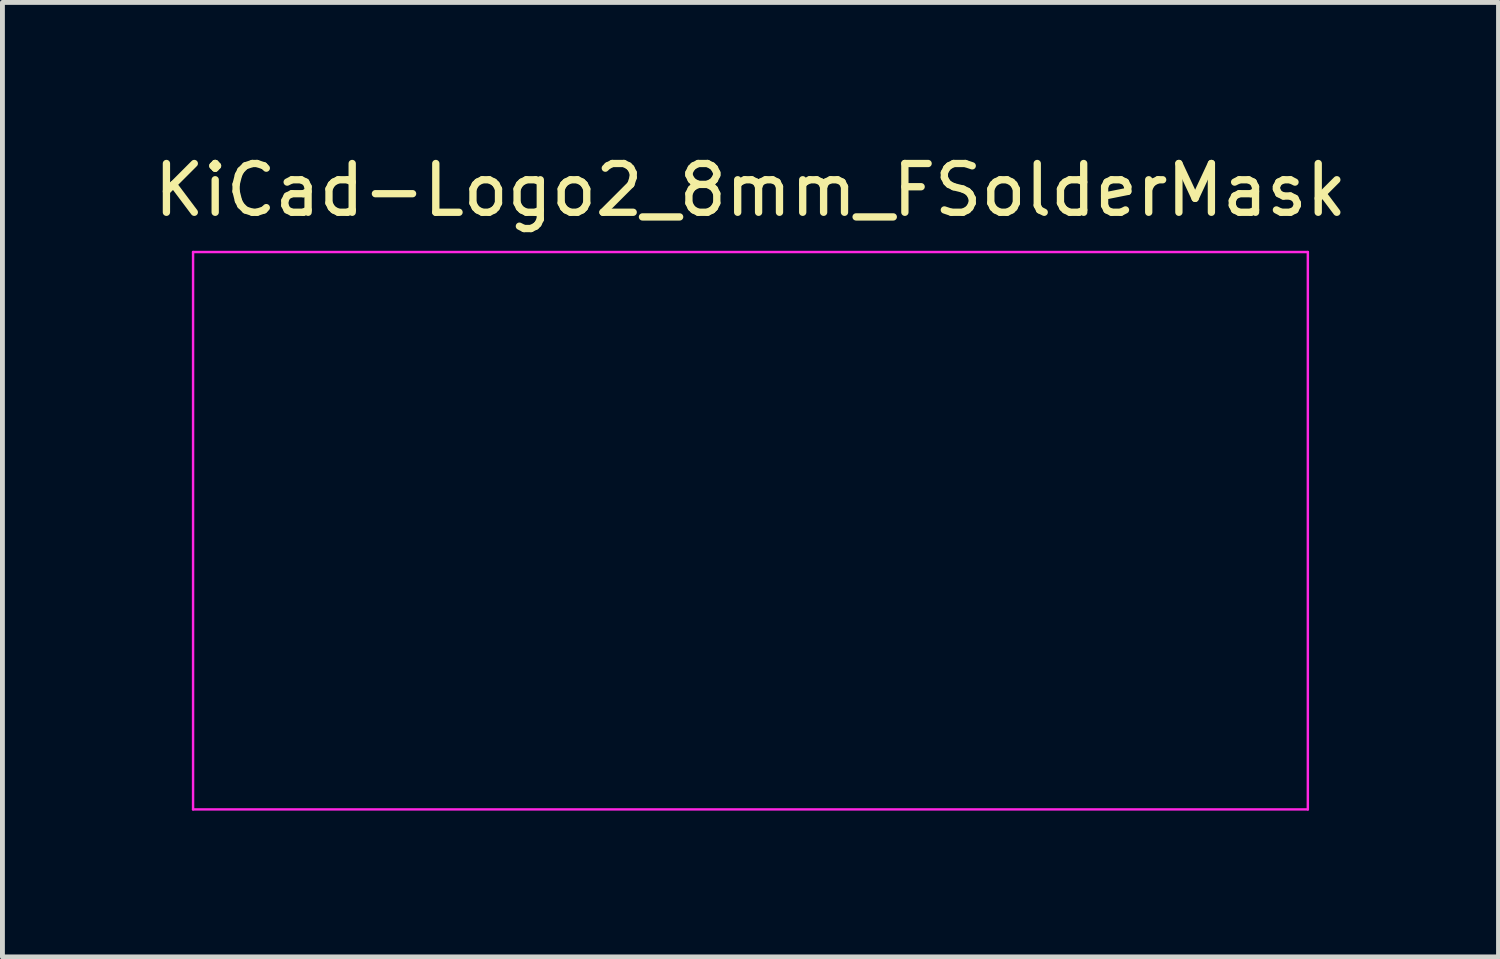
<source format=kicad_pcb>
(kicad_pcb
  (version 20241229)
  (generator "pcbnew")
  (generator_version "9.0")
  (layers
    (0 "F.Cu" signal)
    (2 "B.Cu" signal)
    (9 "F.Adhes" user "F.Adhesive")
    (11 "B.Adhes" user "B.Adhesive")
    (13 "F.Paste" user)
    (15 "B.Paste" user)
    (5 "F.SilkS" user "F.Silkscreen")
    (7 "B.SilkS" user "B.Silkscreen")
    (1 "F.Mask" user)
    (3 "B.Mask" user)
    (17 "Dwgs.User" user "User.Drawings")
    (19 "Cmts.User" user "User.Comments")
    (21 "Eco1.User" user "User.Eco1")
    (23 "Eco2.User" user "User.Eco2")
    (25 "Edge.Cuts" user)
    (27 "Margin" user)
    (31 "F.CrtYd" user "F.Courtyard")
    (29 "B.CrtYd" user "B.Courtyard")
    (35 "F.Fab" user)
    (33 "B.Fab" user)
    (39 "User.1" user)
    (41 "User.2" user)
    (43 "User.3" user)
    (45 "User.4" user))
  (footprint "KiCad-Logo2_8mm_FSolderMask"
    (layer "F.Cu")
    (at 12.339 7.198)
    (property "Reference" "KiCad-Logo2_8mm_FSolderMask" (at 0 -6.35 0) (layer "F.SilkS") (effects (font (size 1 1) (thickness 0.15))))
    (attr exclude_from_pos_files exclude_from_bom)
    (fp_poly (pts (xy 5.752 4.615) (xy 5.783 4.635) (xy 5.819 4.664) (xy 5.819 5.092) (xy 5.819 5.217) (xy 5.818 5.316) (xy 5.817 5.391) (xy 5.815 5.447) (xy 5.812 5.487) (xy 5.808 5.515) (xy 5.802 5.533) (xy 5.795 5.545) (xy 5.79 5.552) (xy 5.748 5.579) (xy 5.701 5.578) (xy 5.659 5.555) (xy 5.623 5.526) (xy 5.623 4.664) (xy 5.659 4.635) (xy 5.693 4.614) (xy 5.721 4.606) (xy 5.752 4.615)) (stroke (width 0.01) (type solid)) (fill yes) (layer "F.Mask"))
    (fp_poly (pts (xy -3.718 4.636) (xy -3.709 4.647) (xy -3.702 4.66) (xy -3.697 4.679) (xy -3.693 4.708) (xy -3.69 4.751) (xy -3.689 4.811) (xy -3.688 4.89) (xy -3.688 4.994) (xy -3.688 5.095) (xy -3.688 5.22) (xy -3.688 5.318) (xy -3.689 5.393) (xy -3.691 5.449) (xy -3.694 5.489) (xy -3.698 5.516) (xy -3.703 5.533) (xy -3.711 5.545) (xy -3.718 5.553) (xy -3.762 5.579) (xy -3.808 5.577) (xy -3.85 5.549) (xy -3.86 5.537) (xy -3.867 5.524) (xy -3.873 5.506) (xy -3.877 5.479) (xy -3.88 5.439) (xy -3.882 5.383) (xy -3.883 5.308) (xy -3.883 5.209) (xy -3.883 5.097) (xy -3.883 4.68) (xy -3.846 4.643) (xy -3.801 4.612) (xy -3.756 4.611) (xy -3.718 4.636)) (stroke (width 0.01) (type solid)) (fill yes) (layer "F.Mask"))
    (fp_poly (pts (xy -3.602 -3.916) (xy -3.466 -3.869) (xy -3.339 -3.794) (xy -3.226 -3.693) (xy -3.13 -3.564) (xy -3.087 -3.483) (xy -3.05 -3.37) (xy -3.032 -3.239) (xy -3.034 -3.105) (xy -3.056 -2.983) (xy -3.117 -2.834) (xy -3.205 -2.705) (xy -3.315 -2.598) (xy -3.444 -2.516) (xy -3.587 -2.461) (xy -3.739 -2.436) (xy -3.896 -2.444) (xy -3.973 -2.46) (xy -4.124 -2.519) (xy -4.258 -2.608) (xy -4.372 -2.726) (xy -4.463 -2.869) (xy -4.47 -2.885) (xy -4.497 -2.943) (xy -4.513 -2.993) (xy -4.522 -3.045) (xy -4.526 -3.111) (xy -4.527 -3.184) (xy -4.526 -3.271) (xy -4.521 -3.334) (xy -4.511 -3.385) (xy -4.492 -3.436) (xy -4.469 -3.487) (xy -4.384 -3.63) (xy -4.279 -3.745) (xy -4.158 -3.834) (xy -4.026 -3.895) (xy -3.886 -3.929) (xy -3.744 -3.936) (xy -3.602 -3.916)) (stroke (width 0.01) (type solid)) (fill yes) (layer "F.Mask"))
    (fp_poly (pts (xy 6.783 4.607) (xy 6.887 4.607) (xy 6.969 4.608) (xy 7.03 4.61) (xy 7.074 4.613) (xy 7.105 4.616) (xy 7.126 4.621) (xy 7.139 4.628) (xy 7.146 4.633) (xy 7.18 4.676) (xy 7.184 4.721) (xy 7.163 4.762) (xy 7.149 4.778) (xy 7.134 4.789) (xy 7.113 4.796) (xy 7.079 4.8) (xy 7.027 4.801) (xy 6.952 4.802) (xy 6.937 4.802) (xy 6.743 4.802) (xy 6.743 5.163) (xy 6.743 5.276) (xy 6.742 5.364) (xy 6.741 5.429) (xy 6.739 5.475) (xy 6.735 5.507) (xy 6.729 5.528) (xy 6.722 5.543) (xy 6.713 5.553) (xy 6.669 5.58) (xy 6.623 5.578) (xy 6.582 5.547) (xy 6.579 5.544) (xy 6.569 5.53) (xy 6.561 5.513) (xy 6.556 5.49) (xy 6.552 5.457) (xy 6.55 5.409) (xy 6.548 5.343) (xy 6.548 5.254) (xy 6.548 5.153) (xy 6.548 4.802) (xy 6.362 4.802) (xy 6.282 4.801) (xy 6.227 4.799) (xy 6.191 4.795) (xy 6.168 4.787) (xy 6.153 4.776) (xy 6.152 4.774) (xy 6.13 4.73) (xy 6.132 4.68) (xy 6.157 4.636) (xy 6.167 4.628) (xy 6.179 4.621) (xy 6.198 4.616) (xy 6.226 4.612) (xy 6.267 4.61) (xy 6.324 4.608) (xy 6.4 4.607) (xy 6.499 4.607) (xy 6.624 4.606) (xy 6.651 4.606) (xy 6.783 4.607)) (stroke (width 0.01) (type solid)) (fill yes) (layer "F.Mask"))
    (fp_poly (pts (xy 8.468 4.614) (xy 8.51 4.643) (xy 8.547 4.68) (xy 8.547 5.092) (xy 8.546 5.214) (xy 8.546 5.31) (xy 8.545 5.384) (xy 8.543 5.438) (xy 8.54 5.476) (xy 8.536 5.503) (xy 8.529 5.521) (xy 8.522 5.535) (xy 8.515 5.544) (xy 8.474 5.576) (xy 8.427 5.58) (xy 8.385 5.56) (xy 8.37 5.548) (xy 8.361 5.532) (xy 8.355 5.507) (xy 8.352 5.466) (xy 8.351 5.405) (xy 8.351 5.357) (xy 8.351 5.178) (xy 7.69 5.178) (xy 7.69 5.341) (xy 7.689 5.416) (xy 7.686 5.467) (xy 7.681 5.501) (xy 7.671 5.526) (xy 7.659 5.544) (xy 7.618 5.576) (xy 7.571 5.58) (xy 7.526 5.557) (xy 7.514 5.545) (xy 7.506 5.529) (xy 7.5 5.504) (xy 7.497 5.465) (xy 7.495 5.406) (xy 7.494 5.324) (xy 7.494 5.305) (xy 7.493 5.15) (xy 7.493 5.023) (xy 7.493 4.919) (xy 7.494 4.838) (xy 7.495 4.775) (xy 7.497 4.728) (xy 7.501 4.695) (xy 7.505 4.671) (xy 7.51 4.656) (xy 7.517 4.645) (xy 7.525 4.636) (xy 7.567 4.61) (xy 7.611 4.614) (xy 7.653 4.643) (xy 7.67 4.662) (xy 7.681 4.684) (xy 7.687 4.714) (xy 7.689 4.76) (xy 7.69 4.828) (xy 7.69 4.982) (xy 8.351 4.982) (xy 8.351 4.824) (xy 8.352 4.752) (xy 8.355 4.703) (xy 8.36 4.671) (xy 8.37 4.649) (xy 8.381 4.636) (xy 8.424 4.61) (xy 8.468 4.614)) (stroke (width 0.01) (type solid)) (fill yes) (layer "F.Mask"))
    (fp_poly (pts (xy 1.531 4.607) (xy 1.703 4.612) (xy 1.849 4.63) (xy 1.971 4.661) (xy 2.073 4.705) (xy 2.157 4.764) (xy 2.224 4.84) (xy 2.278 4.932) (xy 2.279 4.934) (xy 2.311 5.017) (xy 2.323 5.09) (xy 2.314 5.164) (xy 2.283 5.248) (xy 2.278 5.261) (xy 2.239 5.336) (xy 2.195 5.394) (xy 2.139 5.443) (xy 2.062 5.492) (xy 2.057 5.494) (xy 1.99 5.527) (xy 1.915 5.551) (xy 1.825 5.567) (xy 1.718 5.578) (xy 1.586 5.582) (xy 1.54 5.583) (xy 1.319 5.583) (xy 1.288 5.544) (xy 1.279 5.531) (xy 1.272 5.516) (xy 1.266 5.494) (xy 1.263 5.464) (xy 1.26 5.42) (xy 1.259 5.388) (xy 1.468 5.388) (xy 1.593 5.388) (xy 1.666 5.386) (xy 1.741 5.38) (xy 1.802 5.372) (xy 1.806 5.372) (xy 1.916 5.342) (xy 2 5.298) (xy 2.064 5.237) (xy 2.107 5.157) (xy 2.115 5.136) (xy 2.122 5.103) (xy 2.119 5.071) (xy 2.103 5.028) (xy 2.094 5.006) (xy 2.063 4.95) (xy 2.025 4.91) (xy 1.984 4.883) (xy 1.902 4.847) (xy 1.796 4.821) (xy 1.673 4.806) (xy 1.584 4.802) (xy 1.468 4.802) (xy 1.468 5.388) (xy 1.259 5.388) (xy 1.258 5.36) (xy 1.258 5.279) (xy 1.257 5.174) (xy 1.257 5.092) (xy 1.257 4.68) (xy 1.294 4.643) (xy 1.31 4.628) (xy 1.328 4.618) (xy 1.353 4.612) (xy 1.39 4.608) (xy 1.446 4.607) (xy 1.526 4.607) (xy 1.531 4.607)) (stroke (width 0.01) (type solid)) (fill yes) (layer "F.Mask"))
    (fp_poly (pts (xy -7.975 4.606) (xy -7.922 4.607) (xy -7.768 4.611) (xy -7.639 4.622) (xy -7.531 4.641) (xy -7.439 4.67) (xy -7.358 4.711) (xy -7.286 4.763) (xy -7.259 4.785) (xy -7.216 4.838) (xy -7.177 4.91) (xy -7.147 4.99) (xy -7.131 5.067) (xy -7.129 5.095) (xy -7.14 5.173) (xy -7.169 5.259) (xy -7.21 5.34) (xy -7.259 5.404) (xy -7.267 5.412) (xy -7.335 5.467) (xy -7.409 5.51) (xy -7.493 5.541) (xy -7.593 5.564) (xy -7.712 5.577) (xy -7.854 5.583) (xy -7.919 5.583) (xy -8.002 5.583) (xy -8.06 5.581) (xy -8.099 5.578) (xy -8.125 5.571) (xy -8.142 5.562) (xy -8.151 5.553) (xy -8.16 5.543) (xy -8.167 5.53) (xy -8.172 5.511) (xy -8.176 5.481) (xy -8.179 5.439) (xy -8.18 5.379) (xy -8.181 5.299) (xy -8.181 5.196) (xy -8.181 5.095) (xy -8.182 4.961) (xy -8.182 4.853) (xy -8.18 4.802) (xy -7.986 4.802) (xy -7.986 5.388) (xy -7.862 5.388) (xy -7.787 5.386) (xy -7.709 5.38) (xy -7.644 5.372) (xy -7.642 5.372) (xy -7.537 5.347) (xy -7.455 5.307) (xy -7.393 5.251) (xy -7.353 5.189) (xy -7.329 5.122) (xy -7.331 5.058) (xy -7.359 4.99) (xy -7.414 4.919) (xy -7.491 4.867) (xy -7.59 4.832) (xy -7.657 4.819) (xy -7.732 4.811) (xy -7.812 4.804) (xy -7.881 4.802) (xy -7.885 4.802) (xy -7.986 4.802) (xy -8.18 4.802) (xy -8.18 4.77) (xy -8.174 4.708) (xy -8.163 4.663) (xy -8.145 4.634) (xy -8.119 4.617) (xy -8.083 4.608) (xy -8.036 4.606) (xy -7.975 4.606)) (stroke (width 0.01) (type solid)) (fill yes) (layer "F.Mask"))
    (fp_poly (pts (xy -1.556 4.612) (xy -1.524 4.631) (xy -1.483 4.661) (xy -1.431 4.704) (xy -1.364 4.762) (xy -1.281 4.835) (xy -1.18 4.926) (xy -1.065 5.031) (xy -0.824 5.249) (xy -0.817 4.957) (xy -0.814 4.856) (xy -0.812 4.781) (xy -0.808 4.727) (xy -0.804 4.691) (xy -0.799 4.667) (xy -0.79 4.651) (xy -0.78 4.64) (xy -0.774 4.635) (xy -0.728 4.61) (xy -0.684 4.614) (xy -0.649 4.635) (xy -0.614 4.664) (xy -0.61 5.083) (xy -0.608 5.206) (xy -0.608 5.303) (xy -0.608 5.377) (xy -0.609 5.432) (xy -0.612 5.471) (xy -0.616 5.499) (xy -0.621 5.518) (xy -0.629 5.532) (xy -0.637 5.543) (xy -0.655 5.564) (xy -0.673 5.578) (xy -0.693 5.583) (xy -0.718 5.578) (xy -0.751 5.562) (xy -0.793 5.533) (xy -0.848 5.489) (xy -0.917 5.429) (xy -1.004 5.352) (xy -1.102 5.263) (xy -1.456 4.942) (xy -1.463 5.234) (xy -1.466 5.335) (xy -1.469 5.41) (xy -1.472 5.463) (xy -1.476 5.5) (xy -1.482 5.523) (xy -1.49 5.539) (xy -1.501 5.55) (xy -1.506 5.555) (xy -1.555 5.58) (xy -1.602 5.576) (xy -1.642 5.544) (xy -1.652 5.531) (xy -1.659 5.515) (xy -1.664 5.494) (xy -1.668 5.464) (xy -1.671 5.42) (xy -1.672 5.359) (xy -1.673 5.278) (xy -1.674 5.173) (xy -1.674 5.095) (xy -1.673 4.973) (xy -1.673 4.878) (xy -1.672 4.805) (xy -1.67 4.751) (xy -1.667 4.713) (xy -1.662 4.686) (xy -1.656 4.668) (xy -1.648 4.654) (xy -1.642 4.646) (xy -1.627 4.627) (xy -1.613 4.613) (xy -1.598 4.605) (xy -1.58 4.604) (xy -1.556 4.612)) (stroke (width 0.01) (type solid)) (fill yes) (layer "F.Mask"))
    (fp_poly (pts (xy -2.421 4.614) (xy -2.33 4.629) (xy -2.26 4.653) (xy -2.214 4.684) (xy -2.202 4.702) (xy -2.189 4.744) (xy -2.198 4.781) (xy -2.225 4.817) (xy -2.266 4.834) (xy -2.327 4.832) (xy -2.374 4.823) (xy -2.478 4.806) (xy -2.584 4.804) (xy -2.703 4.818) (xy -2.736 4.824) (xy -2.846 4.855) (xy -2.933 4.902) (xy -2.994 4.963) (xy -3.03 5.037) (xy -3.037 5.075) (xy -3.032 5.154) (xy -3.001 5.223) (xy -2.947 5.281) (xy -2.872 5.328) (xy -2.779 5.362) (xy -2.671 5.382) (xy -2.551 5.386) (xy -2.422 5.373) (xy -2.415 5.371) (xy -2.364 5.362) (xy -2.335 5.353) (xy -2.323 5.339) (xy -2.32 5.316) (xy -2.32 5.304) (xy -2.32 5.253) (xy -2.411 5.253) (xy -2.492 5.247) (xy -2.546 5.23) (xy -2.578 5.198) (xy -2.59 5.152) (xy -2.59 5.146) (xy -2.583 5.106) (xy -2.56 5.078) (xy -2.517 5.059) (xy -2.45 5.049) (xy -2.385 5.045) (xy -2.291 5.042) (xy -2.223 5.046) (xy -2.176 5.059) (xy -2.147 5.085) (xy -2.132 5.127) (xy -2.126 5.191) (xy -2.124 5.273) (xy -2.126 5.366) (xy -2.132 5.429) (xy -2.141 5.462) (xy -2.143 5.465) (xy -2.195 5.507) (xy -2.271 5.54) (xy -2.366 5.564) (xy -2.476 5.578) (xy -2.596 5.58) (xy -2.72 5.572) (xy -2.793 5.561) (xy -2.908 5.528) (xy -3.015 5.475) (xy -3.104 5.406) (xy -3.118 5.393) (xy -3.162 5.335) (xy -3.202 5.263) (xy -3.232 5.188) (xy -3.25 5.119) (xy -3.252 5.093) (xy -3.243 5.038) (xy -3.219 4.97) (xy -3.186 4.898) (xy -3.146 4.833) (xy -3.112 4.789) (xy -3.031 4.724) (xy -2.926 4.672) (xy -2.801 4.635) (xy -2.66 4.613) (xy -2.53 4.608) (xy -2.421 4.614)) (stroke (width 0.01) (type solid)) (fill yes) (layer "F.Mask"))
    (fp_poly (pts (xy 0.482 4.607) (xy 0.583 4.608) (xy 0.661 4.611) (xy 0.719 4.616) (xy 0.758 4.624) (xy 0.784 4.636) (xy 0.798 4.652) (xy 0.805 4.673) (xy 0.806 4.699) (xy 0.806 4.703) (xy 0.805 4.733) (xy 0.799 4.756) (xy 0.784 4.774) (xy 0.757 4.786) (xy 0.715 4.794) (xy 0.655 4.8) (xy 0.572 4.803) (xy 0.463 4.805) (xy 0.43 4.805) (xy 0.107 4.809) (xy 0.103 4.896) (xy 0.098 4.982) (xy 0.322 4.982) (xy 0.41 4.982) (xy 0.472 4.984) (xy 0.515 4.987) (xy 0.542 4.992) (xy 0.56 5) (xy 0.573 5.012) (xy 0.573 5.012) (xy 0.596 5.056) (xy 0.595 5.105) (xy 0.571 5.146) (xy 0.566 5.15) (xy 0.549 5.161) (xy 0.525 5.169) (xy 0.49 5.174) (xy 0.438 5.176) (xy 0.364 5.177) (xy 0.316 5.178) (xy 0.1 5.178) (xy 0.1 5.388) (xy 0.428 5.388) (xy 0.537 5.388) (xy 0.619 5.389) (xy 0.679 5.391) (xy 0.721 5.393) (xy 0.749 5.398) (xy 0.767 5.404) (xy 0.778 5.412) (xy 0.781 5.415) (xy 0.803 5.457) (xy 0.805 5.505) (xy 0.787 5.547) (xy 0.773 5.56) (xy 0.758 5.567) (xy 0.736 5.573) (xy 0.702 5.577) (xy 0.653 5.58) (xy 0.585 5.582) (xy 0.495 5.583) (xy 0.379 5.583) (xy 0.353 5.583) (xy 0.235 5.583) (xy 0.143 5.583) (xy 0.075 5.582) (xy 0.025 5.58) (xy -0.01 5.577) (xy -0.033 5.572) (xy -0.048 5.565) (xy -0.059 5.557) (xy -0.065 5.55) (xy -0.074 5.539) (xy -0.081 5.526) (xy -0.086 5.506) (xy -0.09 5.477) (xy -0.093 5.434) (xy -0.094 5.374) (xy -0.095 5.294) (xy -0.095 5.189) (xy -0.095 5.102) (xy -0.095 4.979) (xy -0.095 4.882) (xy -0.094 4.808) (xy -0.092 4.754) (xy -0.089 4.715) (xy -0.085 4.688) (xy -0.079 4.669) (xy -0.071 4.655) (xy -0.064 4.646) (xy -0.033 4.606) (xy 0.353 4.606) (xy 0.482 4.607)) (stroke (width 0.01) (type solid)) (fill yes) (layer "F.Mask"))
    (fp_poly (pts (xy -6.099 4.607) (xy -6.007 4.607) (xy -5.937 4.608) (xy -5.886 4.61) (xy -5.851 4.614) (xy -5.827 4.618) (xy -5.811 4.625) (xy -5.799 4.633) (xy -5.795 4.637) (xy -5.768 4.678) (xy -5.763 4.726) (xy -5.781 4.768) (xy -5.789 4.777) (xy -5.802 4.785) (xy -5.823 4.791) (xy -5.855 4.796) (xy -5.903 4.8) (xy -5.971 4.802) (xy -6.062 4.804) (xy -6.146 4.805) (xy -6.476 4.809) (xy -6.485 4.982) (xy -6.261 4.982) (xy -6.164 4.983) (xy -6.092 4.986) (xy -6.043 4.994) (xy -6.012 5.007) (xy -5.995 5.028) (xy -5.988 5.057) (xy -5.987 5.084) (xy -5.99 5.117) (xy -6.003 5.141) (xy -6.028 5.158) (xy -6.071 5.169) (xy -6.133 5.175) (xy -6.221 5.177) (xy -6.268 5.178) (xy -6.483 5.178) (xy -6.483 5.388) (xy -6.152 5.388) (xy -6.044 5.388) (xy -5.962 5.389) (xy -5.901 5.39) (xy -5.859 5.393) (xy -5.83 5.397) (xy -5.811 5.404) (xy -5.798 5.412) (xy -5.792 5.418) (xy -5.769 5.454) (xy -5.762 5.486) (xy -5.772 5.525) (xy -5.792 5.553) (xy -5.802 5.562) (xy -5.816 5.569) (xy -5.836 5.575) (xy -5.866 5.578) (xy -5.911 5.581) (xy -5.973 5.582) (xy -6.056 5.583) (xy -6.164 5.583) (xy -6.22 5.583) (xy -6.34 5.583) (xy -6.434 5.583) (xy -6.505 5.582) (xy -6.556 5.58) (xy -6.592 5.576) (xy -6.617 5.572) (xy -6.633 5.566) (xy -6.644 5.558) (xy -6.648 5.553) (xy -6.657 5.543) (xy -6.664 5.53) (xy -6.669 5.511) (xy -6.673 5.481) (xy -6.676 5.438) (xy -6.677 5.379) (xy -6.678 5.298) (xy -6.678 5.194) (xy -6.678 5.097) (xy -6.678 4.973) (xy -6.678 4.876) (xy -6.677 4.801) (xy -6.676 4.746) (xy -6.673 4.707) (xy -6.669 4.681) (xy -6.663 4.663) (xy -6.656 4.651) (xy -6.646 4.641) (xy -6.644 4.639) (xy -6.632 4.629) (xy -6.619 4.622) (xy -6.6 4.616) (xy -6.571 4.612) (xy -6.53 4.609) (xy -6.472 4.607) (xy -6.394 4.607) (xy -6.291 4.606) (xy -6.218 4.606) (xy -6.099 4.607)) (stroke (width 0.01) (type solid)) (fill yes) (layer "F.Mask"))
    (fp_poly (pts (xy 5.161 4.609) (xy 5.187 4.618) (xy 5.188 4.619) (xy 5.223 4.646) (xy 5.243 4.674) (xy 5.246 4.687) (xy 5.246 4.704) (xy 5.241 4.729) (xy 5.229 4.764) (xy 5.21 4.812) (xy 5.182 4.878) (xy 5.144 4.962) (xy 5.095 5.07) (xy 5.068 5.129) (xy 5.019 5.233) (xy 4.974 5.33) (xy 4.933 5.414) (xy 4.898 5.483) (xy 4.872 5.533) (xy 4.856 5.561) (xy 4.852 5.565) (xy 4.811 5.581) (xy 4.764 5.579) (xy 4.727 5.559) (xy 4.725 5.557) (xy 4.711 5.534) (xy 4.686 5.491) (xy 4.654 5.431) (xy 4.618 5.361) (xy 4.605 5.336) (xy 4.507 5.14) (xy 4.401 5.352) (xy 4.363 5.426) (xy 4.328 5.489) (xy 4.298 5.538) (xy 4.277 5.568) (xy 4.27 5.574) (xy 4.215 5.582) (xy 4.169 5.565) (xy 4.155 5.546) (xy 4.132 5.503) (xy 4.101 5.442) (xy 4.064 5.366) (xy 4.022 5.278) (xy 3.978 5.185) (xy 3.934 5.089) (xy 3.892 4.994) (xy 3.853 4.906) (xy 3.82 4.827) (xy 3.793 4.763) (xy 3.776 4.717) (xy 3.77 4.693) (xy 3.77 4.692) (xy 3.785 4.663) (xy 3.814 4.633) (xy 3.816 4.631) (xy 3.852 4.611) (xy 3.885 4.611) (xy 3.898 4.615) (xy 3.913 4.623) (xy 3.929 4.64) (xy 3.949 4.667) (xy 3.973 4.71) (xy 4.003 4.771) (xy 4.043 4.854) (xy 4.078 4.93) (xy 4.119 5.018) (xy 4.156 5.097) (xy 4.186 5.164) (xy 4.209 5.213) (xy 4.221 5.241) (xy 4.223 5.245) (xy 4.231 5.238) (xy 4.25 5.208) (xy 4.277 5.16) (xy 4.31 5.098) (xy 4.323 5.072) (xy 4.366 4.986) (xy 4.4 4.923) (xy 4.427 4.88) (xy 4.449 4.853) (xy 4.469 4.838) (xy 4.491 4.832) (xy 4.505 4.832) (xy 4.529 4.834) (xy 4.551 4.843) (xy 4.573 4.863) (xy 4.597 4.897) (xy 4.627 4.949) (xy 4.665 5.022) (xy 4.687 5.064) (xy 4.721 5.131) (xy 4.751 5.186) (xy 4.774 5.226) (xy 4.787 5.244) (xy 4.789 5.245) (xy 4.798 5.23) (xy 4.817 5.193) (xy 4.845 5.135) (xy 4.88 5.062) (xy 4.919 4.978) (xy 4.939 4.937) (xy 4.99 4.829) (xy 5.03 4.746) (xy 5.063 4.685) (xy 5.091 4.644) (xy 5.115 4.619) (xy 5.137 4.608) (xy 5.161 4.609)) (stroke (width 0.01) (type solid)) (fill yes) (layer "F.Mask"))
    (fp_poly (pts (xy -4.74 4.608) (xy -4.64 4.615) (xy -4.548 4.626) (xy -4.467 4.64) (xy -4.405 4.658) (xy -4.365 4.678) (xy -4.359 4.684) (xy -4.338 4.73) (xy -4.345 4.777) (xy -4.377 4.818) (xy -4.379 4.819) (xy -4.398 4.831) (xy -4.418 4.838) (xy -4.446 4.839) (xy -4.489 4.834) (xy -4.554 4.824) (xy -4.559 4.823) (xy -4.656 4.811) (xy -4.761 4.805) (xy -4.865 4.805) (xy -4.963 4.81) (xy -5.047 4.821) (xy -5.108 4.837) (xy -5.112 4.839) (xy -5.157 4.864) (xy -5.173 4.889) (xy -5.161 4.914) (xy -5.121 4.938) (xy -5.056 4.96) (xy -4.965 4.98) (xy -4.905 4.989) (xy -4.78 5.007) (xy -4.68 5.023) (xy -4.601 5.04) (xy -4.54 5.057) (xy -4.492 5.078) (xy -4.453 5.102) (xy -4.417 5.132) (xy -4.389 5.161) (xy -4.356 5.203) (xy -4.339 5.238) (xy -4.334 5.281) (xy -4.334 5.297) (xy -4.338 5.35) (xy -4.353 5.39) (xy -4.38 5.424) (xy -4.434 5.478) (xy -4.495 5.519) (xy -4.567 5.548) (xy -4.653 5.567) (xy -4.76 5.578) (xy -4.891 5.581) (xy -4.912 5.581) (xy -5 5.579) (xy -5.086 5.575) (xy -5.163 5.569) (xy -5.22 5.562) (xy -5.224 5.562) (xy -5.281 5.548) (xy -5.329 5.531) (xy -5.356 5.516) (xy -5.381 5.475) (xy -5.383 5.428) (xy -5.361 5.385) (xy -5.356 5.381) (xy -5.336 5.366) (xy -5.311 5.36) (xy -5.272 5.361) (xy -5.224 5.367) (xy -5.172 5.372) (xy -5.098 5.376) (xy -5.011 5.379) (xy -4.921 5.38) (xy -4.897 5.38) (xy -4.807 5.38) (xy -4.741 5.378) (xy -4.693 5.374) (xy -4.658 5.368) (xy -4.63 5.358) (xy -4.613 5.35) (xy -4.575 5.328) (xy -4.551 5.308) (xy -4.548 5.302) (xy -4.555 5.279) (xy -4.59 5.256) (xy -4.65 5.235) (xy -4.733 5.217) (xy -4.758 5.213) (xy -4.886 5.193) (xy -4.987 5.176) (xy -5.068 5.162) (xy -5.13 5.148) (xy -5.178 5.134) (xy -5.216 5.118) (xy -5.248 5.099) (xy -5.278 5.077) (xy -5.309 5.049) (xy -5.32 5.039) (xy -5.357 5.003) (xy -5.377 4.974) (xy -5.385 4.941) (xy -5.386 4.899) (xy -5.372 4.818) (xy -5.331 4.748) (xy -5.263 4.691) (xy -5.168 4.647) (xy -5.1 4.628) (xy -5.027 4.615) (xy -4.939 4.608) (xy -4.841 4.605) (xy -4.74 4.608)) (stroke (width 0.01) (type solid)) (fill yes) (layer "F.Mask"))
    (fp_poly (pts (xy 0.581 -2.431) (xy 0.777 -2.409) (xy 0.967 -2.371) (xy 1.158 -2.314) (xy 1.358 -2.236) (xy 1.576 -2.135) (xy 1.615 -2.115) (xy 1.705 -2.071) (xy 1.79 -2.031) (xy 1.861 -1.999) (xy 1.91 -1.979) (xy 1.918 -1.977) (xy 1.991 -1.955) (xy 1.665 -1.481) (xy 1.585 -1.365) (xy 1.512 -1.259) (xy 1.449 -1.167) (xy 1.397 -1.092) (xy 1.359 -1.038) (xy 1.339 -1.008) (xy 1.335 -1.003) (xy 1.322 -1.013) (xy 1.288 -1.043) (xy 1.24 -1.087) (xy 1.214 -1.112) (xy 1.065 -1.231) (xy 0.897 -1.321) (xy 0.753 -1.37) (xy 0.666 -1.386) (xy 0.558 -1.395) (xy 0.44 -1.398) (xy 0.326 -1.395) (xy 0.229 -1.385) (xy 0.19 -1.378) (xy 0.015 -1.317) (xy -0.143 -1.225) (xy -0.284 -1.102) (xy -0.407 -0.947) (xy -0.512 -0.76) (xy -0.599 -0.543) (xy -0.669 -0.294) (xy -0.71 -0.082) (xy -0.721 0.012) (xy -0.728 0.134) (xy -0.732 0.273) (xy -0.733 0.423) (xy -0.73 0.575) (xy -0.725 0.718) (xy -0.716 0.846) (xy -0.704 0.949) (xy -0.702 0.964) (xy -0.646 1.22) (xy -0.569 1.445) (xy -0.472 1.643) (xy -0.353 1.813) (xy -0.269 1.905) (xy -0.117 2.03) (xy 0.049 2.123) (xy 0.227 2.182) (xy 0.414 2.209) (xy 0.607 2.201) (xy 0.803 2.16) (xy 0.92 2.119) (xy 1.08 2.037) (xy 1.246 1.92) (xy 1.339 1.84) (xy 1.391 1.794) (xy 1.432 1.761) (xy 1.455 1.745) (xy 1.458 1.744) (xy 1.469 1.761) (xy 1.496 1.804) (xy 1.537 1.872) (xy 1.59 1.959) (xy 1.653 2.062) (xy 1.723 2.177) (xy 1.762 2.241) (xy 2.061 2.732) (xy 1.688 2.916) (xy 1.553 2.982) (xy 1.444 3.034) (xy 1.354 3.075) (xy 1.276 3.107) (xy 1.203 3.133) (xy 1.13 3.155) (xy 1.049 3.176) (xy 0.971 3.195) (xy 0.901 3.209) (xy 0.829 3.22) (xy 0.746 3.228) (xy 0.645 3.233) (xy 0.52 3.237) (xy 0.435 3.239) (xy 0.315 3.24) (xy 0.199 3.239) (xy 0.096 3.237) (xy 0.013 3.234) (xy -0.042 3.229) (xy -0.045 3.228) (xy -0.33 3.167) (xy -0.598 3.073) (xy -0.848 2.948) (xy -1.08 2.791) (xy -1.295 2.602) (xy -1.492 2.382) (xy -1.635 2.186) (xy -1.787 1.93) (xy -1.91 1.659) (xy -2.005 1.372) (xy -2.071 1.066) (xy -2.11 0.74) (xy -2.122 0.408) (xy -2.112 0.087) (xy -2.08 -0.209) (xy -2.026 -0.486) (xy -1.948 -0.747) (xy -1.845 -0.999) (xy -1.833 -1.025) (xy -1.697 -1.268) (xy -1.531 -1.5) (xy -1.338 -1.716) (xy -1.125 -1.91) (xy -0.894 -2.077) (xy -0.679 -2.2) (xy -0.462 -2.297) (xy -0.244 -2.366) (xy -0.018 -2.412) (xy 0.226 -2.434) (xy 0.372 -2.437) (xy 0.581 -2.431)) (stroke (width 0.01) (type solid)) (fill yes) (layer "F.Mask"))
    (fp_poly (pts (xy 9.042 -2.7) (xy 9.196 -2.699) (xy 9.248 -2.699) (xy 9.97 -2.694) (xy 9.979 0.073) (xy 9.98 0.448) (xy 9.981 0.788) (xy 9.982 1.096) (xy 9.983 1.373) (xy 9.984 1.621) (xy 9.985 1.841) (xy 9.986 2.036) (xy 9.988 2.206) (xy 9.99 2.354) (xy 9.993 2.482) (xy 9.996 2.592) (xy 9.999 2.684) (xy 10.003 2.761) (xy 10.008 2.825) (xy 10.013 2.877) (xy 10.02 2.92) (xy 10.027 2.954) (xy 10.035 2.982) (xy 10.044 3.005) (xy 10.055 3.026) (xy 10.066 3.045) (xy 10.079 3.066) (xy 10.093 3.089) (xy 10.096 3.093) (xy 10.144 3.175) (xy 8.754 3.166) (xy 8.745 3.013) (xy 8.74 2.94) (xy 8.735 2.898) (xy 8.728 2.881) (xy 8.717 2.884) (xy 8.709 2.894) (xy 8.67 2.929) (xy 8.608 2.975) (xy 8.531 3.025) (xy 8.447 3.074) (xy 8.365 3.117) (xy 8.302 3.145) (xy 8.155 3.192) (xy 7.986 3.225) (xy 7.808 3.243) (xy 7.633 3.245) (xy 7.474 3.229) (xy 7.472 3.229) (xy 7.254 3.174) (xy 7.05 3.087) (xy 6.863 2.97) (xy 6.693 2.824) (xy 6.542 2.651) (xy 6.414 2.453) (xy 6.309 2.232) (xy 6.252 2.068) (xy 6.215 1.931) (xy 6.187 1.799) (xy 6.168 1.663) (xy 6.157 1.514) (xy 6.153 1.347) (xy 6.155 1.209) (xy 7.493 1.209) (xy 7.5 1.439) (xy 7.52 1.637) (xy 7.554 1.805) (xy 7.603 1.943) (xy 7.668 2.055) (xy 7.748 2.142) (xy 7.842 2.204) (xy 7.89 2.227) (xy 7.932 2.24) (xy 7.979 2.247) (xy 8.042 2.247) (xy 8.11 2.245) (xy 8.243 2.233) (xy 8.349 2.21) (xy 8.382 2.198) (xy 8.458 2.164) (xy 8.538 2.121) (xy 8.572 2.1) (xy 8.663 2.041) (xy 8.663 0.155) (xy 8.563 0.095) (xy 8.424 0.027) (xy 8.282 -0.013) (xy 8.142 -0.025) (xy 8.009 -0.011) (xy 7.889 0.031) (xy 7.787 0.099) (xy 7.754 0.131) (xy 7.675 0.239) (xy 7.61 0.368) (xy 7.561 0.523) (xy 7.525 0.704) (xy 7.503 0.915) (xy 7.494 1.157) (xy 7.493 1.209) (xy 6.155 1.209) (xy 6.155 1.152) (xy 6.171 0.854) (xy 6.201 0.584) (xy 6.248 0.34) (xy 6.312 0.118) (xy 6.394 -0.087) (xy 6.424 -0.148) (xy 6.542 -0.347) (xy 6.684 -0.523) (xy 6.848 -0.674) (xy 7.029 -0.798) (xy 7.225 -0.891) (xy 7.343 -0.929) (xy 7.458 -0.952) (xy 7.597 -0.965) (xy 7.748 -0.97) (xy 7.898 -0.965) (xy 8.038 -0.951) (xy 8.15 -0.928) (xy 8.283 -0.885) (xy 8.412 -0.829) (xy 8.525 -0.767) (xy 8.585 -0.725) (xy 8.627 -0.693) (xy 8.656 -0.674) (xy 8.662 -0.671) (xy 8.664 -0.689) (xy 8.666 -0.739) (xy 8.668 -0.819) (xy 8.669 -0.924) (xy 8.671 -1.051) (xy 8.672 -1.197) (xy 8.672 -1.357) (xy 8.672 -1.521) (xy 8.672 -1.731) (xy 8.672 -1.908) (xy 8.67 -2.055) (xy 8.668 -2.176) (xy 8.665 -2.274) (xy 8.659 -2.353) (xy 8.652 -2.416) (xy 8.643 -2.467) (xy 8.631 -2.508) (xy 8.616 -2.543) (xy 8.598 -2.576) (xy 8.577 -2.61) (xy 8.574 -2.614) (xy 8.546 -2.658) (xy 8.529 -2.688) (xy 8.527 -2.694) (xy 8.545 -2.696) (xy 8.595 -2.698) (xy 8.673 -2.699) (xy 8.776 -2.7) (xy 8.9 -2.7) (xy 9.042 -2.7)) (stroke (width 0.01) (type solid)) (fill yes) (layer "F.Mask"))
    (fp_poly (pts (xy 4.186 -0.972) (xy 4.276 -0.965) (xy 4.533 -0.931) (xy 4.76 -0.877) (xy 4.96 -0.801) (xy 5.132 -0.703) (xy 5.278 -0.583) (xy 5.4 -0.44) (xy 5.497 -0.272) (xy 5.568 -0.091) (xy 5.586 -0.033) (xy 5.602 0.021) (xy 5.615 0.075) (xy 5.627 0.13) (xy 5.637 0.191) (xy 5.645 0.26) (xy 5.652 0.339) (xy 5.657 0.433) (xy 5.662 0.543) (xy 5.666 0.672) (xy 5.669 0.825) (xy 5.671 1.003) (xy 5.674 1.209) (xy 5.676 1.447) (xy 5.677 1.633) (xy 5.688 2.912) (xy 5.756 3.035) (xy 5.788 3.094) (xy 5.812 3.14) (xy 5.823 3.165) (xy 5.824 3.167) (xy 5.806 3.168) (xy 5.757 3.17) (xy 5.678 3.172) (xy 5.576 3.173) (xy 5.453 3.174) (xy 5.314 3.175) (xy 5.162 3.175) (xy 5.144 3.175) (xy 4.463 3.175) (xy 4.463 3.021) (xy 4.462 2.951) (xy 4.459 2.898) (xy 4.454 2.869) (xy 4.452 2.867) (xy 4.434 2.878) (xy 4.397 2.907) (xy 4.349 2.948) (xy 4.348 2.949) (xy 4.26 3.014) (xy 4.149 3.08) (xy 4.028 3.139) (xy 3.908 3.186) (xy 3.855 3.202) (xy 3.751 3.222) (xy 3.622 3.235) (xy 3.481 3.241) (xy 3.34 3.239) (xy 3.211 3.228) (xy 3.121 3.214) (xy 2.899 3.148) (xy 2.699 3.056) (xy 2.522 2.936) (xy 2.371 2.791) (xy 2.245 2.622) (xy 2.147 2.43) (xy 2.104 2.313) (xy 2.078 2.2) (xy 2.06 2.064) (xy 2.052 1.917) (xy 2.052 1.896) (xy 3.279 1.896) (xy 3.289 2.005) (xy 3.323 2.095) (xy 3.386 2.179) (xy 3.41 2.204) (xy 3.496 2.27) (xy 3.594 2.313) (xy 3.713 2.333) (xy 3.837 2.335) (xy 3.956 2.325) (xy 4.046 2.305) (xy 4.086 2.29) (xy 4.156 2.25) (xy 4.232 2.194) (xy 4.3 2.131) (xy 4.351 2.07) (xy 4.365 2.047) (xy 4.375 2.016) (xy 4.383 1.967) (xy 4.388 1.894) (xy 4.39 1.793) (xy 4.391 1.697) (xy 4.39 1.585) (xy 4.389 1.504) (xy 4.386 1.449) (xy 4.381 1.414) (xy 4.373 1.394) (xy 4.362 1.384) (xy 4.359 1.383) (xy 4.33 1.378) (xy 4.272 1.374) (xy 4.193 1.371) (xy 4.102 1.37) (xy 4.082 1.37) (xy 3.96 1.372) (xy 3.866 1.378) (xy 3.791 1.388) (xy 3.729 1.404) (xy 3.575 1.462) (xy 3.455 1.533) (xy 3.367 1.619) (xy 3.309 1.721) (xy 3.282 1.839) (xy 3.279 1.896) (xy 2.052 1.896) (xy 2.054 1.774) (xy 2.066 1.645) (xy 2.076 1.592) (xy 2.137 1.399) (xy 2.23 1.221) (xy 2.353 1.06) (xy 2.504 0.918) (xy 2.682 0.797) (xy 2.885 0.698) (xy 3.057 0.638) (xy 3.172 0.606) (xy 3.282 0.581) (xy 3.395 0.563) (xy 3.516 0.55) (xy 3.654 0.542) (xy 3.816 0.538) (xy 3.962 0.536) (xy 4.395 0.535) (xy 4.386 0.405) (xy 4.363 0.264) (xy 4.313 0.143) (xy 4.238 0.044) (xy 4.141 -0.029) (xy 4.056 -0.064) (xy 3.934 -0.086) (xy 3.789 -0.09) (xy 3.627 -0.075) (xy 3.455 -0.043) (xy 3.281 0.004) (xy 3.111 0.065) (xy 2.987 0.121) (xy 2.928 0.15) (xy 2.882 0.17) (xy 2.859 0.178) (xy 2.858 0.178) (xy 2.85 0.16) (xy 2.83 0.114) (xy 2.8 0.042) (xy 2.762 -0.049) (xy 2.717 -0.156) (xy 2.672 -0.265) (xy 2.492 -0.703) (xy 2.62 -0.724) (xy 2.676 -0.735) (xy 2.76 -0.753) (xy 2.864 -0.776) (xy 2.982 -0.803) (xy 3.107 -0.833) (xy 3.157 -0.845) (xy 3.372 -0.895) (xy 3.56 -0.932) (xy 3.728 -0.958) (xy 3.884 -0.973) (xy 4.034 -0.977) (xy 4.186 -0.972)) (stroke (width 0.01) (type solid)) (fill yes) (layer "F.Mask"))
    (fp_poly (pts (xy -7.87 -3.338) (xy -7.521 -3.338) (xy -7.358 -3.338) (xy -4.753 -3.338) (xy -4.753 -3.185) (xy -4.737 -2.998) (xy -4.688 -2.826) (xy -4.605 -2.667) (xy -4.488 -2.52) (xy -4.448 -2.481) (xy -4.306 -2.369) (xy -4.149 -2.287) (xy -3.982 -2.236) (xy -3.81 -2.214) (xy -3.637 -2.224) (xy -3.468 -2.263) (xy -3.308 -2.332) (xy -3.162 -2.432) (xy -3.096 -2.492) (xy -2.973 -2.639) (xy -2.883 -2.801) (xy -2.827 -2.976) (xy -2.805 -3.161) (xy -2.804 -3.18) (xy -2.803 -3.338) (xy -2.733 -3.338) (xy -2.671 -3.33) (xy -2.615 -3.309) (xy -2.611 -3.307) (xy -2.598 -3.301) (xy -2.587 -3.296) (xy -2.576 -3.29) (xy -2.566 -3.284) (xy -2.557 -3.274) (xy -2.549 -3.26) (xy -2.542 -3.239) (xy -2.536 -3.211) (xy -2.53 -3.174) (xy -2.525 -3.127) (xy -2.521 -3.067) (xy -2.517 -2.994) (xy -2.514 -2.906) (xy -2.512 -2.801) (xy -2.51 -2.678) (xy -2.508 -2.535) (xy -2.507 -2.372) (xy -2.506 -2.186) (xy -2.506 -1.976) (xy -2.506 -1.74) (xy -2.506 -1.477) (xy -2.506 -1.185) (xy -2.506 -0.864) (xy -2.507 -0.511) (xy -2.507 -0.124) (xy -2.508 0.297) (xy -2.508 0.348) (xy -2.509 0.771) (xy -2.509 1.16) (xy -2.509 1.516) (xy -2.51 1.839) (xy -2.51 2.133) (xy -2.511 2.398) (xy -2.512 2.635) (xy -2.513 2.847) (xy -2.514 3.034) (xy -2.516 3.199) (xy -2.517 3.342) (xy -2.52 3.466) (xy -2.523 3.571) (xy -2.526 3.66) (xy -2.53 3.733) (xy -2.534 3.793) (xy -2.539 3.84) (xy -2.545 3.877) (xy -2.551 3.904) (xy -2.558 3.924) (xy -2.566 3.937) (xy -2.575 3.946) (xy -2.585 3.951) (xy -2.596 3.955) (xy -2.608 3.958) (xy -2.621 3.963) (xy -2.624 3.964) (xy -2.634 3.967) (xy -2.651 3.97) (xy -2.676 3.973) (xy -2.71 3.976) (xy -2.756 3.978) (xy -2.814 3.98) (xy -2.886 3.982) (xy -2.973 3.983) (xy -3.078 3.985) (xy -3.201 3.986) (xy -3.343 3.987) (xy -3.507 3.988) (xy -3.694 3.989) (xy -3.905 3.989) (xy -4.141 3.99) (xy -4.405 3.99) (xy -4.697 3.991) (xy -5.019 3.991) (xy -5.373 3.991) (xy -5.759 3.991) (xy -6.18 3.991) (xy -6.316 3.991) (xy -6.747 3.991) (xy -7.142 3.991) (xy -7.504 3.991) (xy -7.835 3.99) (xy -8.134 3.99) (xy -8.405 3.99) (xy -8.649 3.989) (xy -8.866 3.989) (xy -9.059 3.988) (xy -9.229 3.987) (xy -9.378 3.986) (xy -9.506 3.985) (xy -9.616 3.983) (xy -9.709 3.982) (xy -9.786 3.98) (xy -9.848 3.978) (xy -9.899 3.976) (xy -9.937 3.974) (xy -9.967 3.971) (xy -9.987 3.968) (xy -10.001 3.965) (xy -10.009 3.962) (xy -10.023 3.956) (xy -10.035 3.952) (xy -10.046 3.948) (xy -10.057 3.942) (xy -10.066 3.934) (xy -10.075 3.92) (xy -10.082 3.901) (xy -10.089 3.874) (xy -10.095 3.839) (xy -10.101 3.793) (xy -10.105 3.734) (xy -10.109 3.663) (xy -10.112 3.576) (xy -10.115 3.473) (xy -10.118 3.352) (xy -10.119 3.211) (xy -10.12 3.157) (xy -9.636 3.157) (xy -7.924 3.157) (xy -7.957 3.107) (xy -7.99 3.056) (xy -8.018 3.007) (xy -8.041 2.957) (xy -8.06 2.903) (xy -8.075 2.841) (xy -8.086 2.768) (xy -8.095 2.68) (xy -8.101 2.574) (xy -8.105 2.447) (xy -8.106 2.294) (xy -8.107 2.114) (xy -8.106 1.902) (xy -8.106 1.823) (xy -8.101 0.978) (xy -7.566 1.707) (xy -7.414 1.913) (xy -7.283 2.093) (xy -7.17 2.249) (xy -7.075 2.383) (xy -6.996 2.497) (xy -6.931 2.594) (xy -6.88 2.676) (xy -6.84 2.746) (xy -6.811 2.806) (xy -6.791 2.858) (xy -6.778 2.905) (xy -6.771 2.949) (xy -6.769 2.992) (xy -6.77 3.038) (xy -6.77 3.043) (xy -6.776 3.157) (xy -4.901 3.157) (xy -5.04 3.016) (xy -5.078 2.978) (xy -5.114 2.94) (xy -5.15 2.902) (xy -5.186 2.86) (xy -5.226 2.814) (xy -5.27 2.76) (xy -5.32 2.696) (xy -5.377 2.622) (xy -5.443 2.534) (xy -5.521 2.43) (xy -5.61 2.309) (xy -5.713 2.169) (xy -5.832 2.006) (xy -5.967 1.82) (xy -6.121 1.609) (xy -6.247 1.435) (xy -6.406 1.217) (xy -6.544 1.026) (xy -6.663 0.86) (xy -6.765 0.719) (xy -6.85 0.599) (xy -6.92 0.5) (xy -6.976 0.419) (xy -7.019 0.355) (xy -7.051 0.305) (xy -7.072 0.269) (xy -7.085 0.243) (xy -7.09 0.227) (xy -7.088 0.218) (xy -7.071 0.196) (xy -7.032 0.148) (xy -6.976 0.077) (xy -6.904 -0.013) (xy -6.818 -0.12) (xy -6.721 -0.241) (xy -6.615 -0.373) (xy -6.502 -0.514) (xy -6.385 -0.659) (xy -6.266 -0.808) (xy -6.2 -0.889) (xy -4.571 -0.889) (xy -4.504 -0.767) (xy -4.436 -0.644) (xy -4.436 2.912) (xy -4.504 3.034) (xy -4.571 3.157) (xy -3.771 3.157) (xy -3.579 3.157) (xy -3.422 3.157) (xy -3.294 3.156) (xy -3.193 3.155) (xy -3.117 3.153) (xy -3.062 3.151) (xy -3.025 3.148) (xy -3.004 3.144) (xy -2.994 3.139) (xy -2.993 3.132) (xy -2.999 3.125) (xy -2.999 3.125) (xy -3.022 3.092) (xy -3.052 3.038) (xy -3.079 2.984) (xy -3.13 2.876) (xy -3.135 0.993) (xy -3.14 -0.889) (xy -4.571 -0.889) (xy -6.2 -0.889) (xy -6.147 -0.955) (xy -6.03 -1.1) (xy -5.918 -1.238) (xy -5.814 -1.368) (xy -5.719 -1.486) (xy -5.635 -1.589) (xy -5.566 -1.675) (xy -5.512 -1.74) (xy -5.481 -1.778) (xy -5.36 -1.92) (xy -5.244 -2.049) (xy -5.136 -2.159) (xy -5.04 -2.247) (xy -4.973 -2.301) (xy -4.893 -2.359) (xy -6.729 -2.359) (xy -6.729 -2.251) (xy -6.734 -2.172) (xy -6.753 -2.098) (xy -6.783 -2.029) (xy -6.802 -1.989) (xy -6.823 -1.95) (xy -6.847 -1.909) (xy -6.877 -1.863) (xy -6.914 -1.81) (xy -6.959 -1.746) (xy -7.016 -1.67) (xy -7.086 -1.579) (xy -7.17 -1.47) (xy -7.271 -1.341) (xy -7.391 -1.189) (xy -7.532 -1.011) (xy -7.547 -0.991) (xy -8.101 -0.291) (xy -8.106 -1.066) (xy -8.107 -1.299) (xy -8.107 -1.495) (xy -8.105 -1.657) (xy -8.103 -1.784) (xy -8.098 -1.878) (xy -8.093 -1.938) (xy -8.091 -1.95) (xy -8.061 -2.071) (xy -8.023 -2.18) (xy -7.979 -2.267) (xy -7.953 -2.304) (xy -7.907 -2.359) (xy -8.772 -2.359) (xy -8.978 -2.358) (xy -9.15 -2.358) (xy -9.291 -2.357) (xy -9.404 -2.355) (xy -9.49 -2.353) (xy -9.553 -2.35) (xy -9.594 -2.347) (xy -9.616 -2.342) (xy -9.623 -2.337) (xy -9.622 -2.336) (xy -9.604 -2.308) (xy -9.573 -2.264) (xy -9.558 -2.242) (xy -9.541 -2.22) (xy -9.526 -2.2) (xy -9.513 -2.181) (xy -9.502 -2.16) (xy -9.491 -2.135) (xy -9.482 -2.106) (xy -9.475 -2.068) (xy -9.468 -2.022) (xy -9.462 -1.964) (xy -9.457 -1.893) (xy -9.453 -1.806) (xy -9.45 -1.703) (xy -9.447 -1.58) (xy -9.445 -1.436) (xy -9.444 -1.27) (xy -9.443 -1.078) (xy -9.442 -0.86) (xy -9.441 -0.613) (xy -9.44 -0.335) (xy -9.439 -0.024) (xy -9.439 0.261) (xy -9.438 0.579) (xy -9.438 0.883) (xy -9.437 1.17) (xy -9.438 1.439) (xy -9.438 1.687) (xy -9.439 1.913) (xy -9.44 2.114) (xy -9.442 2.289) (xy -9.443 2.436) (xy -9.445 2.553) (xy -9.447 2.638) (xy -9.45 2.689) (xy -9.45 2.694) (xy -9.466 2.818) (xy -9.491 2.917) (xy -9.529 3.003) (xy -9.585 3.089) (xy -9.591 3.098) (xy -9.636 3.157) (xy -10.12 3.157) (xy -10.121 3.049) (xy -10.122 2.865) (xy -10.123 2.657) (xy -10.123 2.423) (xy -10.124 2.162) (xy -10.124 1.873) (xy -10.124 1.554) (xy -10.124 1.203) (xy -10.124 0.82) (xy -10.124 0.401) (xy -10.124 0.318) (xy -10.124 -0.104) (xy -10.124 -0.492) (xy -10.123 -0.847) (xy -10.123 -1.169) (xy -10.123 -1.462) (xy -10.123 -1.725) (xy -10.122 -1.961) (xy -10.121 -2.172) (xy -10.121 -2.357) (xy -10.12 -2.521) (xy -10.119 -2.662) (xy -10.117 -2.784) (xy -10.116 -2.887) (xy -10.114 -2.974) (xy -10.112 -3.045) (xy -10.11 -3.102) (xy -10.108 -3.146) (xy -10.105 -3.18) (xy -10.103 -3.204) (xy -10.1 -3.22) (xy -10.096 -3.23) (xy -10.096 -3.23) (xy -10.089 -3.245) (xy -10.084 -3.258) (xy -10.077 -3.27) (xy -10.069 -3.281) (xy -10.056 -3.29) (xy -10.037 -3.299) (xy -10.011 -3.306) (xy -9.976 -3.313) (xy -9.929 -3.318) (xy -9.87 -3.323) (xy -9.796 -3.327) (xy -9.705 -3.33) (xy -9.597 -3.332) (xy -9.469 -3.334) (xy -9.319 -3.336) (xy -9.146 -3.337) (xy -8.948 -3.338) (xy -8.723 -3.338) (xy -8.47 -3.338) (xy -8.186 -3.338) (xy -7.87 -3.338)) (stroke (width 0.01) (type solid)) (fill yes) (layer "F.Mask"))
    (fp_line (start -11.43 -5.08) (end 11.43 -5.08) (stroke (width 0.05) (type solid)) (layer "F.CrtYd"))
    (fp_line (start -11.43 6.35) (end -11.43 -5.08) (stroke (width 0.05) (type solid)) (layer "F.CrtYd"))
    (fp_line (start 11.43 -5.08) (end 11.43 6.35) (stroke (width 0.05) (type solid)) (layer "F.CrtYd"))
    (fp_line (start 11.43 6.35) (end -11.43 6.35) (stroke (width 0.05) (type solid)) (layer "F.CrtYd")))
  (gr_rect
    (start -3 -3)
    (end 27.679 16.573)
    (stroke (width 0.1) (type default))
    (fill no)
    (layer "Edge.Cuts")))
</source>
